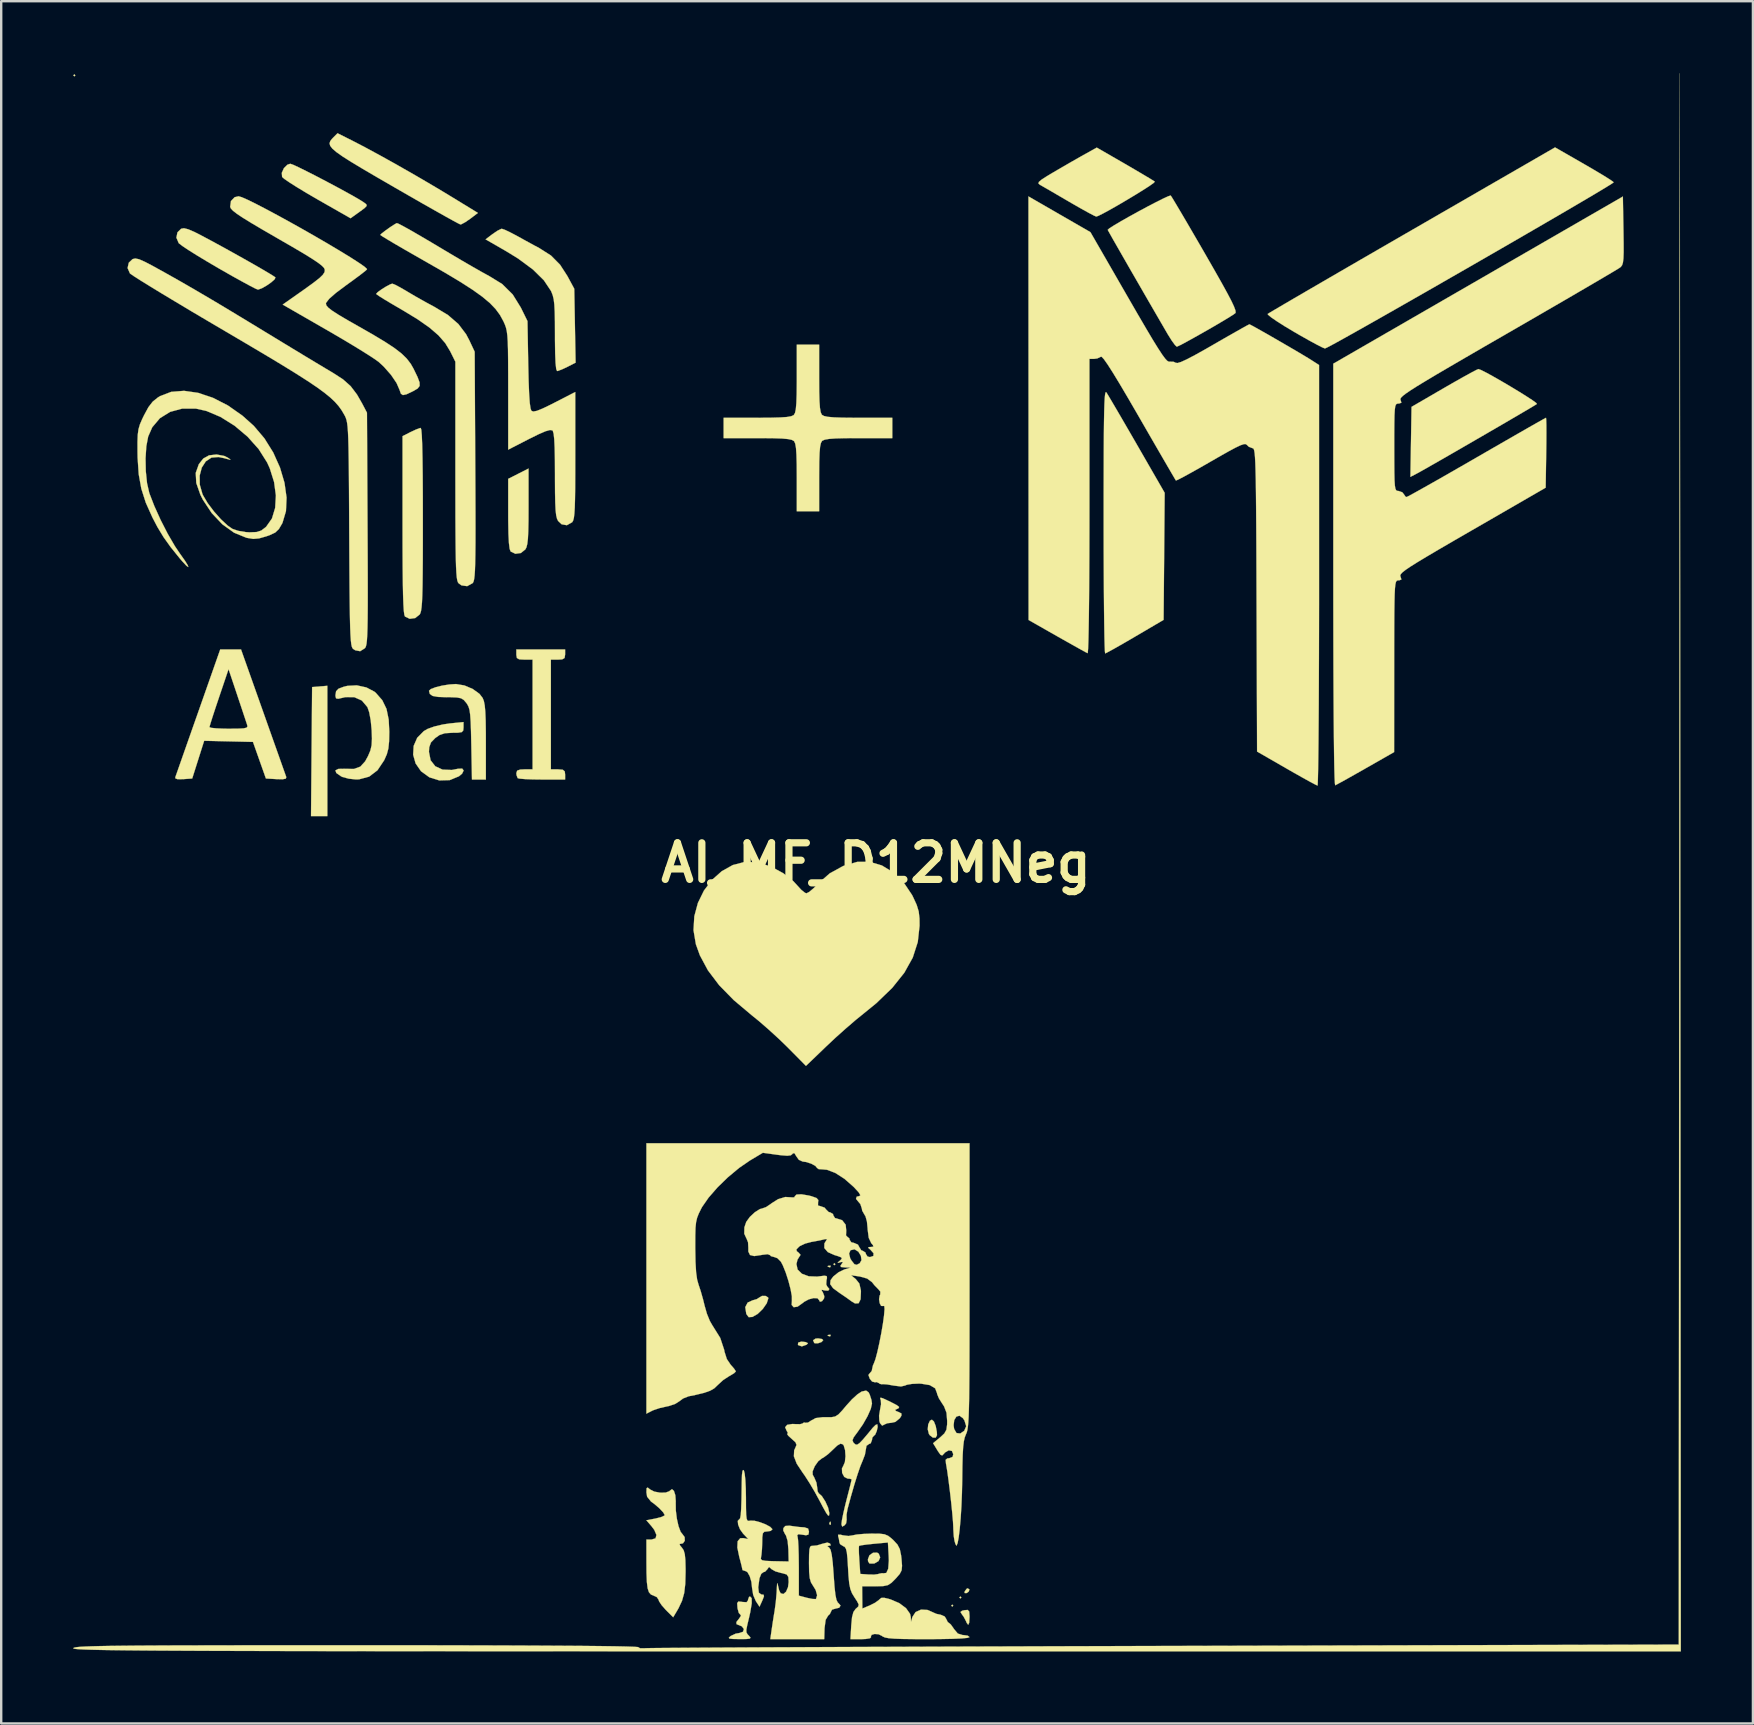
<source format=kicad_pcb>
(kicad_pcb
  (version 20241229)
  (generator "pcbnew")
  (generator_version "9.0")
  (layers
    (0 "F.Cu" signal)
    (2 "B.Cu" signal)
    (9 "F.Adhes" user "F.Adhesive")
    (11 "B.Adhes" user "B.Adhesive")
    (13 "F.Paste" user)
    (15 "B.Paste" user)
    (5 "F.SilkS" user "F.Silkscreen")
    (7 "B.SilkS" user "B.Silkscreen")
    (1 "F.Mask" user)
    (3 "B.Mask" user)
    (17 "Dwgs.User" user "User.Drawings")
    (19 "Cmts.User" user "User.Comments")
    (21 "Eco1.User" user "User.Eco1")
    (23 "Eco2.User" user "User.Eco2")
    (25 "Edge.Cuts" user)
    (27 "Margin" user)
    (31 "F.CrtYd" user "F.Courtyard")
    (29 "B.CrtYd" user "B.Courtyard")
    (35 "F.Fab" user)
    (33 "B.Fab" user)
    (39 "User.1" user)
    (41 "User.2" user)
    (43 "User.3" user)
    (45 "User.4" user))
  (footprint "AI_MF_D12MNeg"
    (layer "F.Cu")
    (at 33.448 32.898)
    (property "Reference" "AI_MF_D12MNeg" (at 0 0 0) (layer "F.SilkS") (effects (font (size 1.524 1.524) (thickness 0.3))))
    (attr through_hole)
    (fp_poly (pts (xy -33.359 -32.808) (xy -33.401 -32.766) (xy -33.443 -32.808) (xy -33.401 -32.851) (xy -33.359 -32.808)) (stroke (width 0.01) (type solid)) (fill yes) (layer "F.SilkS"))
    (fp_poly (pts (xy -1.693 16.722) (xy -1.736 16.764) (xy -1.778 16.722) (xy -1.736 16.679) (xy -1.693 16.722)) (stroke (width 0.01) (type solid)) (fill yes) (layer "F.SilkS"))
    (fp_poly (pts (xy 3.217 30.946) (xy 3.175 30.988) (xy 3.133 30.946) (xy 3.175 30.903) (xy 3.217 30.946)) (stroke (width 0.01) (type solid)) (fill yes) (layer "F.SilkS"))
    (fp_poly (pts (xy 3.556 30.607) (xy 3.514 30.649) (xy 3.471 30.607) (xy 3.514 30.565) (xy 3.556 30.607)) (stroke (width 0.01) (type solid)) (fill yes) (layer "F.SilkS"))
    (fp_poly (pts (xy -22.86 -1.947) (xy -23.54 -1.947) (xy -23.517 -4.636) (xy -23.495 -7.324) (xy -22.86 -7.376) (xy -22.86 -1.947)) (stroke (width 0.01) (type solid)) (fill yes) (layer "F.SilkS"))
    (fp_poly (pts (xy -1.891 16.792) (xy -1.903 16.843) (xy -1.947 16.849) (xy -2.017 16.818) (xy -2.004 16.792) (xy -1.903 16.782) (xy -1.891 16.792)) (stroke (width 0.01) (type solid)) (fill yes) (layer "F.SilkS"))
    (fp_poly (pts (xy -1.891 19.671) (xy -1.903 19.721) (xy -1.947 19.727) (xy -2.017 19.696) (xy -2.004 19.671) (xy -1.903 19.661) (xy -1.891 19.671)) (stroke (width 0.01) (type solid)) (fill yes) (layer "F.SilkS"))
    (fp_poly (pts (xy -1.891 27.46) (xy -1.881 27.561) (xy -1.891 27.573) (xy -1.941 27.561) (xy -1.947 27.517) (xy -1.916 27.447) (xy -1.891 27.46)) (stroke (width 0.01) (type solid)) (fill yes) (layer "F.SilkS"))
    (fp_poly (pts (xy 3.892 30.272) (xy 3.859 30.365) (xy 3.772 30.424) (xy 3.686 30.421) (xy 3.696 30.349) (xy 3.78 30.239) (xy 3.819 30.226) (xy 3.892 30.272)) (stroke (width 0.01) (type solid)) (fill yes) (layer "F.SilkS"))
    (fp_poly (pts (xy -2.935 19.965) (xy -2.835 20.012) (xy -2.893 20.076) (xy -3.091 20.146) (xy -3.239 20.095) (xy -3.255 20.073) (xy -3.243 19.988) (xy -3.115 19.947) (xy -2.935 19.965)) (stroke (width 0.01) (type solid)) (fill yes) (layer "F.SilkS"))
    (fp_poly (pts (xy -2.254 19.838) (xy -2.201 19.887) (xy -2.271 19.964) (xy -2.418 20.016) (xy -2.553 20.015) (xy -2.577 20) (xy -2.623 19.889) (xy -2.52 19.822) (xy -2.413 19.812) (xy -2.254 19.838)) (stroke (width 0.01) (type solid)) (fill yes) (layer "F.SilkS"))
    (fp_poly (pts (xy 0.112 28.78) (xy 0.173 28.935) (xy 0.105 29.089) (xy -0.063 29.187) (xy -0.107 29.194) (xy -0.275 29.191) (xy -0.334 29.097) (xy -0.339 29.014) (xy -0.274 28.847) (xy -0.125 28.743) (xy 0.043 28.737) (xy 0.112 28.78)) (stroke (width 0.01) (type solid)) (fill yes) (layer "F.SilkS"))
    (fp_poly (pts (xy 2.411 23.274) (xy 2.486 23.463) (xy 2.533 23.709) (xy 2.54 23.844) (xy 2.487 23.946) (xy 2.366 23.945) (xy 2.238 23.847) (xy 2.202 23.793) (xy 2.154 23.603) (xy 2.173 23.397) (xy 2.245 23.242) (xy 2.327 23.199) (xy 2.411 23.274)) (stroke (width 0.01) (type solid)) (fill yes) (layer "F.SilkS"))
    (fp_poly (pts (xy 3.88 31.19) (xy 3.894 31.374) (xy 3.895 31.423) (xy 3.88 31.661) (xy 3.839 31.744) (xy 3.777 31.665) (xy 3.752 31.602) (xy 3.652 31.411) (xy 3.582 31.316) (xy 3.517 31.212) (xy 3.585 31.159) (xy 3.679 31.137) (xy 3.819 31.125) (xy 3.88 31.19)) (stroke (width 0.01) (type solid)) (fill yes) (layer "F.SilkS"))
    (fp_poly (pts (xy -4.6 18.044) (xy -4.497 18.107) (xy -4.487 18.142) (xy -4.553 18.349) (xy -4.717 18.585) (xy -4.931 18.793) (xy -5.148 18.918) (xy -5.306 18.928) (xy -5.4 18.802) (xy -5.407 18.784) (xy -5.449 18.51) (xy -5.348 18.319) (xy -5.152 18.23) (xy -4.961 18.172) (xy -4.862 18.108) (xy -4.75 18.042) (xy -4.6 18.044)) (stroke (width 0.01) (type solid)) (fill yes) (layer "F.SilkS"))
    (fp_poly (pts (xy -14.478 -14.837) (xy -14.48 -14.255) (xy -14.489 -13.818) (xy -14.504 -13.503) (xy -14.53 -13.285) (xy -14.566 -13.142) (xy -14.61 -13.058) (xy -14.797 -12.908) (xy -15.026 -12.876) (xy -15.223 -12.971) (xy -15.265 -13.081) (xy -15.295 -13.323) (xy -15.315 -13.707) (xy -15.324 -14.245) (xy -15.325 -14.536) (xy -15.325 -15.999) (xy -14.901 -16.214) (xy -14.478 -16.428) (xy -14.478 -14.837)) (stroke (width 0.01) (type solid)) (fill yes) (layer "F.SilkS"))
    (fp_poly (pts (xy -24.292 -29.087) (xy -24.062 -28.981) (xy -23.74 -28.822) (xy -23.356 -28.627) (xy -22.937 -28.408) (xy -22.511 -28.182) (xy -22.108 -27.963) (xy -21.754 -27.766) (xy -21.48 -27.606) (xy -21.338 -27.515) (xy -21.236 -27.437) (xy -21.221 -27.37) (xy -21.31 -27.277) (xy -21.519 -27.123) (xy -21.522 -27.121) (xy -21.893 -26.855) (xy -23.281 -27.647) (xy -23.722 -27.904) (xy -24.114 -28.141) (xy -24.431 -28.342) (xy -24.65 -28.492) (xy -24.745 -28.575) (xy -24.745 -28.576) (xy -24.758 -28.748) (xy -24.67 -28.942) (xy -24.521 -29.088) (xy -24.403 -29.125) (xy -24.292 -29.087)) (stroke (width 0.01) (type solid)) (fill yes) (layer "F.SilkS"))
    (fp_poly (pts (xy 0.292 22.312) (xy 0.501 22.409) (xy 0.635 22.474) (xy 0.867 22.595) (xy 0.962 22.671) (xy 0.939 22.722) (xy 0.897 22.742) (xy 0.791 22.793) (xy 0.832 22.838) (xy 0.927 22.875) (xy 1.058 22.941) (xy 1.058 23.031) (xy 0.993 23.136) (xy 0.804 23.292) (xy 0.652 23.326) (xy 0.465 23.349) (xy 0.374 23.389) (xy 0.254 23.448) (xy 0.166 23.344) (xy 0.138 23.255) (xy 0.126 23.033) (xy 0.167 22.784) (xy 0.208 22.56) (xy 0.2 22.394) (xy 0.198 22.389) (xy 0.171 22.308) (xy 0.193 22.281) (xy 0.292 22.312)) (stroke (width 0.01) (type solid)) (fill yes) (layer "F.SilkS"))
    (fp_poly (pts (xy -12.954 -8.678) (xy -12.976 -8.535) (xy -13.076 -8.477) (xy -13.25 -8.467) (xy -13.547 -8.467) (xy -13.547 -3.895) (xy -13.25 -3.895) (xy -13.05 -3.879) (xy -12.968 -3.808) (xy -12.954 -3.683) (xy -12.954 -3.471) (xy -13.914 -3.471) (xy -14.301 -3.476) (xy -14.624 -3.489) (xy -14.846 -3.508) (xy -14.93 -3.528) (xy -14.978 -3.652) (xy -14.986 -3.739) (xy -14.952 -3.842) (xy -14.822 -3.887) (xy -14.647 -3.895) (xy -14.309 -3.895) (xy -14.309 -8.467) (xy -14.647 -8.467) (xy -14.866 -8.478) (xy -14.963 -8.533) (xy -14.986 -8.66) (xy -14.986 -8.678) (xy -14.986 -8.89) (xy -12.954 -8.89) (xy -12.954 -8.678)) (stroke (width 0.01) (type solid)) (fill yes) (layer "F.SilkS"))
    (fp_poly (pts (xy -21.822 -30.089) (xy -21.285 -29.81) (xy -20.643 -29.462) (xy -19.935 -29.067) (xy -19.198 -28.646) (xy -18.472 -28.221) (xy -17.793 -27.814) (xy -17.755 -27.791) (xy -16.587 -27.077) (xy -16.908 -26.833) (xy -17.115 -26.691) (xy -17.272 -26.607) (xy -17.314 -26.596) (xy -17.405 -26.639) (xy -17.625 -26.757) (xy -17.957 -26.941) (xy -18.385 -27.182) (xy -18.892 -27.469) (xy -19.46 -27.795) (xy -20.066 -28.144) (xy -20.797 -28.567) (xy -21.392 -28.916) (xy -21.864 -29.2) (xy -22.223 -29.428) (xy -22.482 -29.611) (xy -22.651 -29.756) (xy -22.742 -29.875) (xy -22.768 -29.976) (xy -22.739 -30.069) (xy -22.667 -30.163) (xy -22.61 -30.222) (xy -22.435 -30.397) (xy -21.822 -30.089)) (stroke (width 0.01) (type solid)) (fill yes) (layer "F.SilkS"))
    (fp_poly (pts (xy 25.204 -20.533) (xy 25.419 -20.425) (xy 25.712 -20.264) (xy 26.053 -20.069) (xy 26.416 -19.856) (xy 26.77 -19.642) (xy 27.087 -19.444) (xy 27.339 -19.28) (xy 27.496 -19.166) (xy 27.534 -19.12) (xy 27.451 -19.066) (xy 27.241 -18.94) (xy 26.925 -18.754) (xy 26.526 -18.52) (xy 26.063 -18.25) (xy 25.557 -17.956) (xy 25.029 -17.65) (xy 24.5 -17.344) (xy 23.991 -17.05) (xy 23.523 -16.781) (xy 23.116 -16.549) (xy 22.792 -16.364) (xy 22.57 -16.241) (xy 22.498 -16.202) (xy 22.263 -16.08) (xy 22.31 -18.997) (xy 23.664 -19.784) (xy 24.097 -20.033) (xy 24.482 -20.25) (xy 24.792 -20.421) (xy 25.006 -20.533) (xy 25.096 -20.572) (xy 25.204 -20.533)) (stroke (width 0.01) (type solid)) (fill yes) (layer "F.SilkS"))
    (fp_poly (pts (xy -18.945 -18.041) (xy -18.925 -17.808) (xy -18.908 -17.416) (xy -18.896 -16.863) (xy -18.887 -16.147) (xy -18.882 -15.266) (xy -18.881 -14.328) (xy -18.881 -13.413) (xy -18.883 -12.652) (xy -18.888 -12.031) (xy -18.894 -11.535) (xy -18.904 -11.149) (xy -18.917 -10.858) (xy -18.935 -10.646) (xy -18.956 -10.5) (xy -18.983 -10.404) (xy -19.012 -10.348) (xy -19.2 -10.198) (xy -19.428 -10.167) (xy -19.626 -10.262) (xy -19.652 -10.333) (xy -19.674 -10.499) (xy -19.691 -10.769) (xy -19.705 -11.155) (xy -19.715 -11.666) (xy -19.722 -12.315) (xy -19.726 -13.111) (xy -19.727 -14.066) (xy -19.727 -17.777) (xy -19.392 -17.948) (xy -19.168 -18.052) (xy -19.003 -18.113) (xy -18.969 -18.119) (xy -18.945 -18.041)) (stroke (width 0.01) (type solid)) (fill yes) (layer "F.SilkS"))
    (fp_poly (pts (xy -28.651 -26.394) (xy -28.374 -26.273) (xy -28.137 -26.152) (xy -27.726 -25.933) (xy -27.275 -25.688) (xy -26.807 -25.429) (xy -26.347 -25.172) (xy -25.92 -24.93) (xy -25.549 -24.716) (xy -25.259 -24.544) (xy -25.075 -24.429) (xy -25.021 -24.387) (xy -25.059 -24.307) (xy -25.199 -24.184) (xy -25.391 -24.05) (xy -25.586 -23.939) (xy -25.736 -23.885) (xy -25.758 -23.884) (xy -25.861 -23.927) (xy -26.087 -24.043) (xy -26.411 -24.219) (xy -26.812 -24.441) (xy -27.264 -24.699) (xy -27.39 -24.771) (xy -27.857 -25.045) (xy -28.28 -25.3) (xy -28.635 -25.523) (xy -28.896 -25.697) (xy -29.04 -25.807) (xy -29.054 -25.821) (xy -29.15 -26.047) (xy -29.104 -26.27) (xy -28.952 -26.418) (xy -28.833 -26.44) (xy -28.651 -26.394)) (stroke (width 0.01) (type solid)) (fill yes) (layer "F.SilkS"))
    (fp_poly (pts (xy -17.187 -5.642) (xy -17.198 -5.514) (xy -17.259 -5.447) (xy -17.411 -5.422) (xy -17.647 -5.419) (xy -17.961 -5.4) (xy -18.184 -5.327) (xy -18.366 -5.199) (xy -18.543 -5.016) (xy -18.616 -4.813) (xy -18.627 -4.622) (xy -18.558 -4.273) (xy -18.363 -4.024) (xy -18.063 -3.885) (xy -17.675 -3.869) (xy -17.42 -3.919) (xy -17.241 -3.927) (xy -17.181 -3.848) (xy -17.246 -3.715) (xy -17.378 -3.605) (xy -17.766 -3.446) (xy -18.196 -3.434) (xy -18.609 -3.563) (xy -18.957 -3.816) (xy -19.183 -4.141) (xy -19.285 -4.504) (xy -19.264 -4.872) (xy -19.116 -5.211) (xy -18.842 -5.488) (xy -18.682 -5.581) (xy -18.405 -5.68) (xy -18.047 -5.765) (xy -17.759 -5.808) (xy -17.187 -5.865) (xy -17.187 -5.642)) (stroke (width 0.01) (type solid)) (fill yes) (layer "F.SilkS"))
    (fp_poly (pts (xy -17.15 -7.391) (xy -16.803 -7.244) (xy -16.521 -7.04) (xy -16.389 -6.869) (xy -16.339 -6.741) (xy -16.303 -6.559) (xy -16.279 -6.297) (xy -16.264 -5.933) (xy -16.257 -5.439) (xy -16.256 -5.042) (xy -16.256 -3.471) (xy -16.835 -3.471) (xy -16.863 -4.947) (xy -16.875 -5.487) (xy -16.889 -5.886) (xy -16.909 -6.17) (xy -16.937 -6.367) (xy -16.978 -6.505) (xy -17.034 -6.611) (xy -17.07 -6.662) (xy -17.175 -6.785) (xy -17.289 -6.856) (xy -17.461 -6.89) (xy -17.737 -6.9) (xy -17.874 -6.9) (xy -18.243 -6.912) (xy -18.472 -6.953) (xy -18.59 -7.035) (xy -18.625 -7.166) (xy -18.625 -7.168) (xy -18.55 -7.24) (xy -18.352 -7.315) (xy -18.08 -7.383) (xy -17.78 -7.431) (xy -17.501 -7.449) (xy -17.15 -7.391)) (stroke (width 0.01) (type solid)) (fill yes) (layer "F.SilkS"))
    (fp_poly (pts (xy 10.377 -29.118) (xy 10.78 -28.883) (xy 11.131 -28.676) (xy 11.405 -28.513) (xy 11.574 -28.408) (xy 11.615 -28.378) (xy 11.563 -28.323) (xy 11.392 -28.202) (xy 11.13 -28.033) (xy 10.806 -27.832) (xy 10.45 -27.618) (xy 10.088 -27.405) (xy 9.751 -27.213) (xy 9.466 -27.058) (xy 9.263 -26.956) (xy 9.174 -26.925) (xy 9.079 -26.966) (xy 8.866 -27.078) (xy 8.563 -27.246) (xy 8.198 -27.454) (xy 8.043 -27.544) (xy 7.652 -27.772) (xy 7.303 -27.976) (xy 7.026 -28.136) (xy 6.854 -28.235) (xy 6.824 -28.252) (xy 6.766 -28.303) (xy 6.783 -28.367) (xy 6.894 -28.463) (xy 7.12 -28.609) (xy 7.375 -28.761) (xy 7.767 -28.99) (xy 8.183 -29.23) (xy 8.551 -29.439) (xy 8.641 -29.49) (xy 9.196 -29.799) (xy 10.377 -29.118)) (stroke (width 0.01) (type solid)) (fill yes) (layer "F.SilkS"))
    (fp_poly (pts (xy 9.597 -19.598) (xy 9.669 -19.482) (xy 9.812 -19.241) (xy 10.016 -18.894) (xy 10.267 -18.463) (xy 10.553 -17.97) (xy 10.863 -17.434) (xy 10.869 -17.423) (xy 12.025 -15.416) (xy 12.003 -12.769) (xy 11.98 -10.123) (xy 10.795 -9.427) (xy 10.392 -9.192) (xy 10.04 -8.99) (xy 9.764 -8.836) (xy 9.592 -8.745) (xy 9.546 -8.725) (xy 9.535 -8.807) (xy 9.525 -9.044) (xy 9.515 -9.422) (xy 9.507 -9.927) (xy 9.499 -10.546) (xy 9.493 -11.264) (xy 9.488 -12.067) (xy 9.484 -12.941) (xy 9.483 -13.873) (xy 9.483 -14.243) (xy 9.483 -15.36) (xy 9.485 -16.32) (xy 9.487 -17.131) (xy 9.491 -17.806) (xy 9.497 -18.355) (xy 9.505 -18.789) (xy 9.515 -19.118) (xy 9.527 -19.355) (xy 9.542 -19.508) (xy 9.56 -19.591) (xy 9.581 -19.612) (xy 9.597 -19.598)) (stroke (width 0.01) (type solid)) (fill yes) (layer "F.SilkS"))
    (fp_poly (pts (xy -15.471 -26.377) (xy -15.251 -26.273) (xy -14.972 -26.127) (xy -14.92 -26.098) (xy -14.591 -25.916) (xy -14.272 -25.741) (xy -14.031 -25.613) (xy -14.028 -25.611) (xy -13.543 -25.302) (xy -13.166 -24.922) (xy -12.863 -24.454) (xy -12.573 -23.918) (xy -12.545 -22.378) (xy -12.517 -20.838) (xy -12.859 -20.664) (xy -13.085 -20.558) (xy -13.252 -20.496) (xy -13.289 -20.489) (xy -13.325 -20.573) (xy -13.352 -20.822) (xy -13.369 -21.232) (xy -13.377 -21.798) (xy -13.377 -21.987) (xy -13.379 -22.541) (xy -13.387 -22.955) (xy -13.403 -23.258) (xy -13.43 -23.48) (xy -13.471 -23.649) (xy -13.528 -23.795) (xy -13.544 -23.829) (xy -13.838 -24.269) (xy -14.294 -24.719) (xy -14.909 -25.174) (xy -15.393 -25.472) (xy -16.267 -25.976) (xy -15.978 -26.196) (xy -15.777 -26.333) (xy -15.621 -26.41) (xy -15.589 -26.416) (xy -15.471 -26.377)) (stroke (width 0.01) (type solid)) (fill yes) (layer "F.SilkS"))
    (fp_poly (pts (xy -5.182 30.636) (xy -5.179 30.852) (xy -5.24 31.218) (xy -5.293 31.454) (xy -5.367 31.763) (xy -5.403 31.951) (xy -5.4 32.06) (xy -5.358 32.135) (xy -5.286 32.21) (xy -5.229 32.281) (xy -5.259 32.321) (xy -5.404 32.338) (xy -5.688 32.34) (xy -5.972 32.335) (xy -6.112 32.318) (xy -6.133 32.281) (xy -6.061 32.215) (xy -6.059 32.213) (xy -5.845 32.113) (xy -5.699 32.089) (xy -5.543 32.036) (xy -5.506 31.921) (xy -5.592 31.808) (xy -5.673 31.775) (xy -5.813 31.718) (xy -5.818 31.629) (xy -5.702 31.482) (xy -5.627 31.367) (xy -5.65 31.327) (xy -5.718 31.252) (xy -5.768 31.07) (xy -5.773 31.036) (xy -5.785 30.843) (xy -5.737 30.775) (xy -5.592 30.788) (xy -5.57 30.793) (xy -5.395 30.804) (xy -5.336 30.73) (xy -5.334 30.702) (xy -5.291 30.583) (xy -5.249 30.565) (xy -5.182 30.636)) (stroke (width 0.01) (type solid)) (fill yes) (layer "F.SilkS"))
    (fp_poly (pts (xy -21.232 -7.307) (xy -20.893 -7.128) (xy -20.841 -7.083) (xy -20.571 -6.775) (xy -20.396 -6.416) (xy -20.304 -5.968) (xy -20.279 -5.461) (xy -20.288 -5.056) (xy -20.318 -4.763) (xy -20.382 -4.523) (xy -20.489 -4.28) (xy -20.491 -4.276) (xy -20.771 -3.857) (xy -21.119 -3.592) (xy -21.538 -3.479) (xy -21.666 -3.475) (xy -21.962 -3.505) (xy -22.227 -3.576) (xy -22.288 -3.604) (xy -22.487 -3.744) (xy -22.524 -3.851) (xy -22.406 -3.913) (xy -22.141 -3.918) (xy -22.11 -3.915) (xy -21.746 -3.913) (xy -21.487 -4.008) (xy -21.286 -4.228) (xy -21.165 -4.449) (xy -21.068 -4.678) (xy -21.016 -4.9) (xy -21.002 -5.175) (xy -21.014 -5.53) (xy -21.053 -5.935) (xy -21.117 -6.276) (xy -21.19 -6.486) (xy -21.421 -6.761) (xy -21.741 -6.904) (xy -22.12 -6.902) (xy -22.193 -6.884) (xy -22.403 -6.836) (xy -22.497 -6.851) (xy -22.521 -6.946) (xy -22.521 -6.992) (xy -22.496 -7.15) (xy -22.395 -7.255) (xy -22.182 -7.335) (xy -22.025 -7.374) (xy -21.634 -7.395) (xy -21.232 -7.307)) (stroke (width 0.01) (type solid)) (fill yes) (layer "F.SilkS"))
    (fp_poly (pts (xy 12.277 -27.802) (xy 12.335 -27.713) (xy 12.467 -27.495) (xy 12.662 -27.167) (xy 12.91 -26.746) (xy 13.199 -26.25) (xy 13.52 -25.698) (xy 13.713 -25.364) (xy 14.101 -24.688) (xy 14.409 -24.144) (xy 14.643 -23.718) (xy 14.811 -23.397) (xy 14.918 -23.167) (xy 14.973 -23.015) (xy 14.982 -22.928) (xy 14.968 -22.9) (xy 14.853 -22.819) (xy 14.628 -22.679) (xy 14.323 -22.497) (xy 13.969 -22.29) (xy 13.597 -22.077) (xy 13.238 -21.875) (xy 12.923 -21.701) (xy 12.682 -21.573) (xy 12.545 -21.509) (xy 12.529 -21.505) (xy 12.454 -21.574) (xy 12.322 -21.754) (xy 12.16 -22.012) (xy 12.122 -22.077) (xy 11.729 -22.754) (xy 11.344 -23.418) (xy 10.978 -24.053) (xy 10.637 -24.643) (xy 10.333 -25.173) (xy 10.074 -25.625) (xy 9.868 -25.985) (xy 9.727 -26.236) (xy 9.657 -26.362) (xy 9.652 -26.373) (xy 9.722 -26.436) (xy 9.913 -26.558) (xy 10.195 -26.725) (xy 10.539 -26.921) (xy 10.916 -27.129) (xy 11.297 -27.334) (xy 11.652 -27.519) (xy 11.953 -27.67) (xy 12.17 -27.77) (xy 12.273 -27.803) (xy 12.277 -27.802)) (stroke (width 0.01) (type solid)) (fill yes) (layer "F.SilkS"))
    (fp_poly (pts (xy 29.51 -29.106) (xy 29.916 -28.87) (xy 30.265 -28.662) (xy 30.532 -28.496) (xy 30.695 -28.387) (xy 30.732 -28.352) (xy 30.661 -28.3) (xy 30.456 -28.172) (xy 30.131 -27.975) (xy 29.698 -27.718) (xy 29.171 -27.408) (xy 28.563 -27.052) (xy 27.888 -26.659) (xy 27.158 -26.235) (xy 26.388 -25.789) (xy 25.59 -25.329) (xy 24.778 -24.861) (xy 23.964 -24.394) (xy 23.164 -23.934) (xy 22.388 -23.491) (xy 21.652 -23.071) (xy 20.968 -22.682) (xy 20.349 -22.332) (xy 19.809 -22.028) (xy 19.361 -21.778) (xy 19.018 -21.59) (xy 18.795 -21.472) (xy 18.703 -21.43) (xy 18.702 -21.43) (xy 18.592 -21.474) (xy 18.364 -21.59) (xy 18.045 -21.763) (xy 17.664 -21.978) (xy 17.417 -22.121) (xy 17.027 -22.354) (xy 16.7 -22.562) (xy 16.461 -22.727) (xy 16.331 -22.835) (xy 16.316 -22.868) (xy 16.398 -22.919) (xy 16.616 -23.049) (xy 16.958 -23.25) (xy 17.414 -23.517) (xy 17.972 -23.842) (xy 18.622 -24.22) (xy 19.352 -24.644) (xy 20.151 -25.107) (xy 21.008 -25.603) (xy 21.913 -26.126) (xy 22.336 -26.37) (xy 28.289 -29.807) (xy 29.51 -29.106)) (stroke (width 0.01) (type solid)) (fill yes) (layer "F.SilkS"))
    (fp_poly (pts (xy -25.533 -6.287) (xy -25.309 -5.654) (xy -25.102 -5.07) (xy -24.919 -4.555) (xy -24.768 -4.128) (xy -24.655 -3.809) (xy -24.587 -3.618) (xy -24.571 -3.572) (xy -24.589 -3.508) (xy -24.723 -3.482) (xy -24.976 -3.488) (xy -25.42 -3.514) (xy -25.959 -5.038) (xy -26.975 -5.061) (xy -27.992 -5.085) (xy -28.241 -4.299) (xy -28.49 -3.514) (xy -28.861 -3.487) (xy -29.097 -3.483) (xy -29.193 -3.521) (xy -29.193 -3.572) (xy -29.156 -3.676) (xy -29.07 -3.92) (xy -28.942 -4.285) (xy -28.779 -4.75) (xy -28.587 -5.295) (xy -28.462 -5.652) (xy -27.772 -5.652) (xy -27.693 -5.624) (xy -27.481 -5.603) (xy -27.174 -5.59) (xy -26.961 -5.588) (xy -26.586 -5.591) (xy -26.352 -5.603) (xy -26.229 -5.63) (xy -26.189 -5.677) (xy -26.198 -5.736) (xy -26.241 -5.869) (xy -26.327 -6.127) (xy -26.443 -6.477) (xy -26.579 -6.883) (xy -26.61 -6.977) (xy -26.976 -8.069) (xy -27.374 -6.892) (xy -27.515 -6.472) (xy -27.634 -6.109) (xy -27.721 -5.834) (xy -27.767 -5.676) (xy -27.772 -5.652) (xy -28.462 -5.652) (xy -28.374 -5.901) (xy -28.238 -6.287) (xy -27.323 -8.89) (xy -26.456 -8.89) (xy -25.533 -6.287)) (stroke (width 0.01) (type solid)) (fill yes) (layer "F.SilkS"))
    (fp_poly (pts (xy -20.044 -24.089) (xy -19.835 -23.979) (xy -19.569 -23.825) (xy -19.538 -23.806) (xy -19.182 -23.596) (xy -18.767 -23.362) (xy -18.399 -23.163) (xy -17.83 -22.82) (xy -17.4 -22.448) (xy -17.078 -22.021) (xy -16.943 -21.765) (xy -16.722 -21.294) (xy -16.697 -16.541) (xy -16.692 -15.515) (xy -16.689 -14.646) (xy -16.688 -13.92) (xy -16.689 -13.324) (xy -16.694 -12.844) (xy -16.701 -12.468) (xy -16.711 -12.181) (xy -16.725 -11.972) (xy -16.743 -11.826) (xy -16.765 -11.731) (xy -16.791 -11.673) (xy -16.809 -11.651) (xy -17.034 -11.527) (xy -17.271 -11.56) (xy -17.393 -11.648) (xy -17.422 -11.692) (xy -17.447 -11.77) (xy -17.468 -11.896) (xy -17.484 -12.083) (xy -17.498 -12.343) (xy -17.508 -12.692) (xy -17.515 -13.141) (xy -17.52 -13.705) (xy -17.524 -14.396) (xy -17.525 -15.229) (xy -17.526 -16.216) (xy -17.526 -16.33) (xy -17.526 -20.879) (xy -17.744 -21.317) (xy -17.95 -21.655) (xy -18.232 -21.978) (xy -18.611 -22.304) (xy -19.107 -22.651) (xy -19.74 -23.035) (xy -19.799 -23.069) (xy -20.169 -23.285) (xy -20.48 -23.471) (xy -20.706 -23.613) (xy -20.819 -23.694) (xy -20.827 -23.704) (xy -20.76 -23.778) (xy -20.601 -23.893) (xy -20.407 -24.014) (xy -20.235 -24.104) (xy -20.153 -24.13) (xy -20.044 -24.089)) (stroke (width 0.01) (type solid)) (fill yes) (layer "F.SilkS"))
    (fp_poly (pts (xy -2.371 -20.187) (xy -2.368 -19.637) (xy -2.357 -19.234) (xy -2.337 -18.955) (xy -2.306 -18.777) (xy -2.263 -18.678) (xy -2.25 -18.663) (xy -2.166 -18.616) (xy -2.01 -18.582) (xy -1.759 -18.56) (xy -1.389 -18.547) (xy -0.878 -18.542) (xy -0.726 -18.542) (xy 0.677 -18.542) (xy 0.677 -17.695) (xy -0.726 -17.695) (xy -1.275 -17.692) (xy -1.678 -17.682) (xy -1.957 -17.662) (xy -2.135 -17.631) (xy -2.235 -17.587) (xy -2.25 -17.574) (xy -2.297 -17.491) (xy -2.331 -17.335) (xy -2.353 -17.083) (xy -2.366 -16.713) (xy -2.37 -16.202) (xy -2.371 -16.05) (xy -2.371 -14.647) (xy -3.302 -14.647) (xy -3.302 -16.05) (xy -3.305 -16.6) (xy -3.316 -17.003) (xy -3.335 -17.282) (xy -3.366 -17.46) (xy -3.41 -17.559) (xy -3.423 -17.574) (xy -3.506 -17.621) (xy -3.662 -17.655) (xy -3.914 -17.678) (xy -4.284 -17.69) (xy -4.795 -17.695) (xy -4.947 -17.695) (xy -6.35 -17.695) (xy -6.35 -18.542) (xy -4.947 -18.542) (xy -4.397 -18.545) (xy -3.994 -18.556) (xy -3.715 -18.575) (xy -3.537 -18.606) (xy -3.438 -18.65) (xy -3.423 -18.663) (xy -3.376 -18.746) (xy -3.342 -18.902) (xy -3.32 -19.154) (xy -3.307 -19.524) (xy -3.302 -20.035) (xy -3.302 -20.187) (xy -3.302 -21.59) (xy -2.371 -21.59) (xy -2.371 -20.187)) (stroke (width 0.01) (type solid)) (fill yes) (layer "F.SilkS"))
    (fp_poly (pts (xy 0.243 0.109) (xy 0.723 0.399) (xy 1.15 0.815) (xy 1.501 1.34) (xy 1.542 1.421) (xy 1.694 1.753) (xy 1.777 2.025) (xy 1.81 2.317) (xy 1.813 2.623) (xy 1.739 3.298) (xy 1.53 3.947) (xy 1.177 4.58) (xy 0.675 5.208) (xy 0.017 5.843) (xy -0.498 6.263) (xy -0.844 6.543) (xy -1.256 6.898) (xy -1.683 7.28) (xy -2.065 7.638) (xy -2.372 7.934) (xy -2.63 8.182) (xy -2.818 8.362) (xy -2.913 8.453) (xy -2.921 8.459) (xy -2.977 8.401) (xy -3.13 8.246) (xy -3.358 8.015) (xy -3.638 7.733) (xy -3.683 7.687) (xy -4.062 7.321) (xy -4.487 6.933) (xy -4.9 6.576) (xy -5.165 6.361) (xy -5.928 5.719) (xy -6.536 5.098) (xy -7.003 4.481) (xy -7.339 3.855) (xy -7.506 3.393) (xy -7.605 2.807) (xy -7.571 2.225) (xy -7.421 1.668) (xy -7.17 1.156) (xy -6.833 0.709) (xy -6.426 0.347) (xy -5.966 0.091) (xy -5.467 -0.039) (xy -4.946 -0.023) (xy -4.875 -0.009) (xy -4.359 0.165) (xy -3.861 0.435) (xy -3.443 0.766) (xy -3.293 0.93) (xy -3.114 1.125) (xy -2.959 1.248) (xy -2.899 1.27) (xy -2.783 1.211) (xy -2.6 1.056) (xy -2.401 0.851) (xy -1.93 0.439) (xy -1.369 0.131) (xy -0.786 -0.04) (xy -0.268 -0.042) (xy 0.243 0.109)) (stroke (width 0.01) (type solid)) (fill yes) (layer "F.SilkS"))
    (fp_poly (pts (xy -9.412 26.107) (xy -9.237 26.196) (xy -9 26.24) (xy -8.768 26.237) (xy -8.611 26.18) (xy -8.591 26.158) (xy -8.501 26.094) (xy -8.42 26.167) (xy -8.362 26.346) (xy -8.344 26.599) (xy -8.346 26.649) (xy -8.342 26.977) (xy -8.299 27.323) (xy -8.229 27.637) (xy -8.141 27.871) (xy -8.067 27.965) (xy -7.974 28.091) (xy -7.968 28.244) (xy -8.043 28.35) (xy -8.099 28.363) (xy -8.187 28.377) (xy -8.16 28.446) (xy -8.087 28.532) (xy -8.014 28.642) (xy -7.968 28.802) (xy -7.944 29.048) (xy -7.935 29.417) (xy -7.935 29.544) (xy -7.948 30.041) (xy -7.993 30.423) (xy -8.083 30.744) (xy -8.23 31.056) (xy -8.307 31.189) (xy -8.452 31.432) (xy -8.756 31.128) (xy -8.931 30.93) (xy -9.041 30.764) (xy -9.059 30.704) (xy -9.131 30.593) (xy -9.261 30.532) (xy -9.378 30.484) (xy -9.461 30.39) (xy -9.516 30.225) (xy -9.548 29.963) (xy -9.563 29.579) (xy -9.566 29.146) (xy -9.567 28.194) (xy -9.356 28.194) (xy -9.187 28.143) (xy -9.149 28.002) (xy -9.24 27.789) (xy -9.356 27.636) (xy -9.569 27.39) (xy -9.187 27.317) (xy -8.96 27.26) (xy -8.824 27.198) (xy -8.805 27.172) (xy -8.868 27.06) (xy -9.026 26.892) (xy -9.239 26.709) (xy -9.377 26.609) (xy -9.538 26.408) (xy -9.567 26.224) (xy -9.559 26.052) (xy -9.513 26.026) (xy -9.412 26.107)) (stroke (width 0.01) (type solid)) (fill yes) (layer "F.SilkS"))
    (fp_poly (pts (xy -26.422 -27.731) (xy -26.168 -27.619) (xy -25.816 -27.445) (xy -25.387 -27.222) (xy -24.901 -26.961) (xy -24.377 -26.673) (xy -23.835 -26.369) (xy -23.295 -26.06) (xy -22.777 -25.758) (xy -22.301 -25.474) (xy -21.887 -25.22) (xy -21.554 -25.006) (xy -21.322 -24.845) (xy -21.212 -24.746) (xy -21.207 -24.727) (xy -21.29 -24.651) (xy -21.482 -24.501) (xy -21.756 -24.297) (xy -22.079 -24.063) (xy -22.506 -23.743) (xy -22.783 -23.5) (xy -22.911 -23.334) (xy -22.92 -23.298) (xy -22.899 -23.221) (xy -22.814 -23.124) (xy -22.648 -22.997) (xy -22.382 -22.826) (xy -21.999 -22.6) (xy -21.534 -22.336) (xy -20.914 -21.981) (xy -20.425 -21.685) (xy -20.048 -21.435) (xy -19.763 -21.214) (xy -19.551 -21.006) (xy -19.39 -20.797) (xy -19.269 -20.586) (xy -19.104 -20.245) (xy -19.019 -20.019) (xy -19.015 -19.871) (xy -19.094 -19.765) (xy -19.257 -19.667) (xy -19.296 -19.647) (xy -19.558 -19.522) (xy -19.712 -19.488) (xy -19.797 -19.546) (xy -19.851 -19.702) (xy -19.851 -19.703) (xy -19.978 -19.993) (xy -20.208 -20.331) (xy -20.506 -20.67) (xy -20.715 -20.864) (xy -20.879 -20.983) (xy -21.165 -21.17) (xy -21.55 -21.41) (xy -22.008 -21.688) (xy -22.515 -21.987) (xy -22.88 -22.199) (xy -24.72 -23.258) (xy -23.831 -23.884) (xy -23.455 -24.155) (xy -23.2 -24.354) (xy -23.048 -24.5) (xy -22.976 -24.612) (xy -22.965 -24.707) (xy -22.996 -24.782) (xy -23.086 -24.877) (xy -23.248 -25.003) (xy -23.498 -25.17) (xy -23.851 -25.388) (xy -24.323 -25.666) (xy -24.928 -26.015) (xy -24.934 -26.019) (xy -25.544 -26.371) (xy -26.02 -26.653) (xy -26.377 -26.873) (xy -26.63 -27.042) (xy -26.793 -27.169) (xy -26.882 -27.265) (xy -26.909 -27.331) (xy -26.876 -27.573) (xy -26.723 -27.732) (xy -26.559 -27.771) (xy -26.422 -27.731)) (stroke (width 0.01) (type solid)) (fill yes) (layer "F.SilkS"))
    (fp_poly (pts (xy -30.701 -25.146) (xy -30.46 -25.04) (xy -30.16 -24.883) (xy -29.574 -24.559) (xy -28.98 -24.224) (xy -28.355 -23.863) (xy -27.673 -23.462) (xy -26.911 -23.006) (xy -26.045 -22.482) (xy -25.485 -22.141) (xy -24.895 -21.782) (xy -24.322 -21.434) (xy -23.79 -21.112) (xy -23.322 -20.83) (xy -22.944 -20.603) (xy -22.68 -20.446) (xy -22.63 -20.417) (xy -22.207 -20.143) (xy -21.889 -19.86) (xy -21.625 -19.512) (xy -21.409 -19.135) (xy -21.209 -18.754) (xy -21.185 -13.916) (xy -21.18 -12.881) (xy -21.177 -12.002) (xy -21.176 -11.267) (xy -21.177 -10.662) (xy -21.181 -10.173) (xy -21.188 -9.789) (xy -21.198 -9.495) (xy -21.211 -9.279) (xy -21.228 -9.128) (xy -21.25 -9.029) (xy -21.276 -8.968) (xy -21.296 -8.942) (xy -21.493 -8.817) (xy -21.697 -8.855) (xy -21.784 -8.911) (xy -21.815 -8.946) (xy -21.841 -9.008) (xy -21.863 -9.112) (xy -21.881 -9.271) (xy -21.896 -9.498) (xy -21.909 -9.806) (xy -21.919 -10.209) (xy -21.927 -10.72) (xy -21.934 -11.352) (xy -21.94 -12.119) (xy -21.945 -13.033) (xy -21.948 -13.674) (xy -21.953 -14.68) (xy -21.958 -15.53) (xy -21.963 -16.24) (xy -21.97 -16.823) (xy -21.978 -17.293) (xy -21.988 -17.664) (xy -22.001 -17.952) (xy -22.017 -18.169) (xy -22.037 -18.329) (xy -22.062 -18.448) (xy -22.092 -18.54) (xy -22.127 -18.617) (xy -22.155 -18.669) (xy -22.262 -18.851) (xy -22.386 -19.025) (xy -22.541 -19.201) (xy -22.736 -19.386) (xy -22.985 -19.589) (xy -23.3 -19.819) (xy -23.692 -20.082) (xy -24.173 -20.389) (xy -24.754 -20.747) (xy -25.449 -21.165) (xy -26.269 -21.651) (xy -27.093 -22.136) (xy -27.834 -22.572) (xy -28.534 -22.986) (xy -29.177 -23.371) (xy -29.751 -23.716) (xy -30.241 -24.015) (xy -30.632 -24.257) (xy -30.911 -24.435) (xy -31.064 -24.539) (xy -31.086 -24.559) (xy -31.183 -24.781) (xy -31.132 -25.004) (xy -30.975 -25.153) (xy -30.862 -25.18) (xy -30.701 -25.146)) (stroke (width 0.01) (type solid)) (fill yes) (layer "F.SilkS"))
    (fp_poly (pts (xy 33.528 32.851) (xy 0.042 32.851) (xy -2.814 32.851) (xy -5.506 32.85) (xy -8.038 32.85) (xy -10.415 32.85) (xy -12.642 32.849) (xy -14.723 32.848) (xy -16.664 32.847) (xy -18.468 32.846) (xy -20.142 32.845) (xy -21.689 32.843) (xy -23.115 32.841) (xy -24.423 32.839) (xy -25.62 32.836) (xy -26.709 32.833) (xy -27.696 32.83) (xy -28.585 32.826) (xy -29.381 32.822) (xy -30.089 32.818) (xy -30.714 32.813) (xy -31.26 32.808) (xy -31.732 32.802) (xy -32.134 32.796) (xy -32.473 32.789) (xy -32.752 32.782) (xy -32.976 32.774) (xy -33.15 32.766) (xy -33.279 32.757) (xy -33.368 32.748) (xy -33.42 32.738) (xy -33.442 32.727) (xy -33.443 32.724) (xy -33.429 32.706) (xy -33.382 32.69) (xy -33.292 32.675) (xy -33.153 32.662) (xy -32.957 32.651) (xy -32.694 32.641) (xy -32.358 32.632) (xy -31.94 32.624) (xy -31.432 32.618) (xy -30.827 32.612) (xy -30.115 32.608) (xy -29.29 32.604) (xy -28.343 32.602) (xy -27.265 32.6) (xy -26.05 32.598) (xy -24.689 32.597) (xy -23.173 32.597) (xy -21.675 32.597) (xy -19.951 32.597) (xy -18.348 32.599) (xy -16.871 32.602) (xy -15.524 32.606) (xy -14.311 32.611) (xy -13.236 32.617) (xy -12.303 32.623) (xy -11.517 32.631) (xy -10.882 32.64) (xy -10.402 32.65) (xy -10.081 32.661) (xy -9.923 32.672) (xy -9.906 32.677) (xy -9.833 32.722) (xy -9.655 32.724) (xy -9.631 32.721) (xy -9.523 32.717) (xy -9.253 32.713) (xy -8.828 32.709) (xy -8.255 32.705) (xy -7.542 32.7) (xy -6.696 32.695) (xy -5.724 32.69) (xy -4.634 32.684) (xy -3.433 32.679) (xy -2.127 32.673) (xy -0.724 32.667) (xy 0.768 32.662) (xy 2.342 32.656) (xy 3.992 32.65) (xy 5.709 32.645) (xy 7.486 32.639) (xy 9.317 32.634) (xy 11.195 32.628) (xy 12.044 32.626) (xy 33.443 32.569) (xy 33.465 -0.162) (xy 33.486 -32.893) (xy 33.528 32.851)) (stroke (width 0.01) (type solid)) (fill yes) (layer "F.SilkS"))
    (fp_poly (pts (xy -19.88 -26.62) (xy -19.67 -26.509) (xy -19.358 -26.335) (xy -18.965 -26.107) (xy -18.511 -25.84) (xy -18.23 -25.672) (xy -17.724 -25.37) (xy -17.243 -25.086) (xy -16.812 -24.836) (xy -16.46 -24.635) (xy -16.213 -24.499) (xy -16.145 -24.464) (xy -15.577 -24.115) (xy -15.136 -23.678) (xy -14.8 -23.135) (xy -14.522 -22.57) (xy -14.49 -20.752) (xy -14.474 -20.063) (xy -14.453 -19.535) (xy -14.427 -19.159) (xy -14.393 -18.927) (xy -14.357 -18.832) (xy -14.277 -18.803) (xy -14.13 -18.832) (xy -13.894 -18.927) (xy -13.543 -19.096) (xy -13.393 -19.173) (xy -12.531 -19.616) (xy -12.531 -16.968) (xy -12.532 -16.216) (xy -12.535 -15.616) (xy -12.542 -15.149) (xy -12.552 -14.798) (xy -12.568 -14.546) (xy -12.589 -14.373) (xy -12.618 -14.264) (xy -12.653 -14.199) (xy -12.664 -14.188) (xy -12.881 -14.066) (xy -13.1 -14.105) (xy -13.246 -14.243) (xy -13.291 -14.335) (xy -13.326 -14.477) (xy -13.35 -14.691) (xy -13.365 -15.001) (xy -13.374 -15.429) (xy -13.377 -15.998) (xy -13.377 -16.18) (xy -13.38 -16.817) (xy -13.39 -17.301) (xy -13.407 -17.648) (xy -13.432 -17.874) (xy -13.466 -17.994) (xy -13.484 -18.017) (xy -13.583 -18.033) (xy -13.774 -17.98) (xy -14.076 -17.849) (xy -14.457 -17.66) (xy -15.325 -17.214) (xy -15.325 -19.677) (xy -15.326 -20.389) (xy -15.329 -20.953) (xy -15.334 -21.39) (xy -15.344 -21.722) (xy -15.361 -21.969) (xy -15.385 -22.155) (xy -15.418 -22.299) (xy -15.462 -22.423) (xy -15.518 -22.549) (xy -15.525 -22.564) (xy -15.667 -22.824) (xy -15.851 -23.074) (xy -16.091 -23.324) (xy -16.405 -23.587) (xy -16.808 -23.875) (xy -17.316 -24.202) (xy -17.946 -24.58) (xy -18.645 -24.981) (xy -19.172 -25.282) (xy -19.648 -25.555) (xy -20.053 -25.791) (xy -20.368 -25.978) (xy -20.575 -26.105) (xy -20.655 -26.161) (xy -20.655 -26.162) (xy -20.593 -26.225) (xy -20.44 -26.343) (xy -20.248 -26.48) (xy -20.066 -26.598) (xy -19.966 -26.654) (xy -19.88 -26.62)) (stroke (width 0.01) (type solid)) (fill yes) (layer "F.SilkS"))
    (fp_poly (pts (xy -28.242 -19.581) (xy -27.627 -19.375) (xy -27.005 -19.057) (xy -26.398 -18.631) (xy -25.924 -18.206) (xy -25.481 -17.684) (xy -25.114 -17.095) (xy -24.833 -16.468) (xy -24.645 -15.833) (xy -24.559 -15.218) (xy -24.584 -14.653) (xy -24.728 -14.168) (xy -24.744 -14.136) (xy -24.879 -13.906) (xy -25.031 -13.761) (xy -25.263 -13.652) (xy -25.397 -13.605) (xy -25.706 -13.517) (xy -25.945 -13.496) (xy -26.199 -13.537) (xy -26.24 -13.547) (xy -26.746 -13.754) (xy -27.234 -14.104) (xy -27.676 -14.571) (xy -28.045 -15.127) (xy -28.15 -15.336) (xy -28.321 -15.825) (xy -28.343 -16.246) (xy -28.214 -16.61) (xy -28.028 -16.845) (xy -27.79 -16.977) (xy -27.477 -17.013) (xy -27.156 -16.953) (xy -27.009 -16.882) (xy -26.893 -16.802) (xy -26.927 -16.796) (xy -26.966 -16.808) (xy -27.176 -16.863) (xy -27.396 -16.907) (xy -27.688 -16.883) (xy -27.924 -16.726) (xy -28.092 -16.466) (xy -28.179 -16.134) (xy -28.175 -15.758) (xy -28.065 -15.371) (xy -28.037 -15.309) (xy -27.846 -14.987) (xy -27.584 -14.64) (xy -27.292 -14.312) (xy -27.009 -14.049) (xy -26.812 -13.913) (xy -26.568 -13.831) (xy -26.252 -13.779) (xy -26.103 -13.77) (xy -25.813 -13.782) (xy -25.615 -13.843) (xy -25.434 -13.981) (xy -25.406 -14.007) (xy -25.168 -14.346) (xy -25.034 -14.789) (xy -25.004 -15.305) (xy -25.079 -15.864) (xy -25.258 -16.435) (xy -25.37 -16.681) (xy -25.721 -17.237) (xy -26.184 -17.755) (xy -26.725 -18.211) (xy -27.309 -18.577) (xy -27.903 -18.828) (xy -28.338 -18.925) (xy -28.905 -18.925) (xy -29.412 -18.788) (xy -29.836 -18.524) (xy -30.155 -18.147) (xy -30.325 -17.76) (xy -30.402 -17.355) (xy -30.434 -16.853) (xy -30.424 -16.319) (xy -30.372 -15.817) (xy -30.28 -15.415) (xy -30.279 -15.409) (xy -30.071 -14.871) (xy -29.805 -14.284) (xy -29.509 -13.706) (xy -29.21 -13.192) (xy -29.001 -12.882) (xy -28.789 -12.582) (xy -28.673 -12.393) (xy -28.653 -12.322) (xy -28.728 -12.374) (xy -28.899 -12.557) (xy -29.003 -12.678) (xy -29.386 -13.152) (xy -29.685 -13.571) (xy -29.942 -13.996) (xy -30.149 -14.392) (xy -30.425 -15.007) (xy -30.61 -15.586) (xy -30.719 -16.19) (xy -30.765 -16.88) (xy -30.769 -17.104) (xy -30.77 -17.531) (xy -30.759 -17.836) (xy -30.728 -18.066) (xy -30.669 -18.268) (xy -30.574 -18.489) (xy -30.496 -18.649) (xy -30.314 -18.985) (xy -30.138 -19.213) (xy -29.926 -19.385) (xy -29.827 -19.446) (xy -29.364 -19.623) (xy -28.828 -19.665) (xy -28.242 -19.581)) (stroke (width 0.01) (type solid)) (fill yes) (layer "F.SilkS"))
    (fp_poly (pts (xy 7.641 -27.02) (xy 8.932 -26.276) (xy 10.499 -23.556) (xy 10.916 -22.834) (xy 11.259 -22.248) (xy 11.535 -21.784) (xy 11.753 -21.432) (xy 11.92 -21.177) (xy 12.044 -21.009) (xy 12.133 -20.914) (xy 12.196 -20.88) (xy 12.217 -20.882) (xy 12.402 -20.875) (xy 12.48 -20.835) (xy 12.558 -20.823) (xy 12.71 -20.869) (xy 12.951 -20.979) (xy 13.298 -21.162) (xy 13.765 -21.423) (xy 14.054 -21.59) (xy 14.502 -21.848) (xy 14.898 -22.074) (xy 15.22 -22.256) (xy 15.445 -22.381) (xy 15.55 -22.435) (xy 15.555 -22.437) (xy 15.638 -22.396) (xy 15.838 -22.287) (xy 16.127 -22.124) (xy 16.475 -21.925) (xy 16.854 -21.706) (xy 17.236 -21.484) (xy 17.591 -21.276) (xy 17.89 -21.098) (xy 18.106 -20.966) (xy 18.14 -20.944) (xy 18.457 -20.741) (xy 18.457 -11.979) (xy 18.457 -10.777) (xy 18.455 -9.623) (xy 18.452 -8.529) (xy 18.448 -7.507) (xy 18.444 -6.567) (xy 18.438 -5.72) (xy 18.432 -4.977) (xy 18.425 -4.35) (xy 18.417 -3.85) (xy 18.409 -3.488) (xy 18.401 -3.275) (xy 18.394 -3.219) (xy 18.303 -3.26) (xy 18.091 -3.372) (xy 17.784 -3.542) (xy 17.408 -3.754) (xy 17.103 -3.929) (xy 15.875 -4.636) (xy 15.853 -10.954) (xy 15.849 -12.143) (xy 15.845 -13.175) (xy 15.84 -14.059) (xy 15.834 -14.807) (xy 15.828 -15.431) (xy 15.821 -15.941) (xy 15.811 -16.349) (xy 15.801 -16.665) (xy 15.788 -16.902) (xy 15.773 -17.069) (xy 15.755 -17.178) (xy 15.734 -17.241) (xy 15.71 -17.268) (xy 15.693 -17.272) (xy 15.53 -17.335) (xy 15.457 -17.406) (xy 15.408 -17.443) (xy 15.323 -17.443) (xy 15.184 -17.397) (xy 14.97 -17.295) (xy 14.662 -17.129) (xy 14.24 -16.89) (xy 13.941 -16.718) (xy 13.502 -16.466) (xy 13.115 -16.249) (xy 12.803 -16.078) (xy 12.589 -15.967) (xy 12.496 -15.928) (xy 12.494 -15.928) (xy 12.446 -16.006) (xy 12.324 -16.215) (xy 12.137 -16.536) (xy 11.894 -16.954) (xy 11.606 -17.452) (xy 11.282 -18.012) (xy 10.962 -18.568) (xy 10.522 -19.326) (xy 10.16 -19.94) (xy 9.87 -20.417) (xy 9.649 -20.763) (xy 9.493 -20.983) (xy 9.399 -21.083) (xy 9.369 -21.087) (xy 9.218 -21.015) (xy 9.085 -20.997) (xy 8.89 -20.997) (xy 8.89 -14.852) (xy 8.889 -13.764) (xy 8.886 -12.754) (xy 8.881 -11.833) (xy 8.875 -11.01) (xy 8.867 -10.297) (xy 8.857 -9.705) (xy 8.847 -9.243) (xy 8.835 -8.924) (xy 8.822 -8.757) (xy 8.814 -8.735) (xy 8.718 -8.784) (xy 8.502 -8.903) (xy 8.192 -9.076) (xy 7.814 -9.289) (xy 7.547 -9.44) (xy 6.355 -10.118) (xy 6.353 -18.941) (xy 6.35 -27.765) (xy 7.641 -27.02)) (stroke (width 0.01) (type solid)) (fill yes) (layer "F.SilkS"))
    (fp_poly (pts (xy 31.139 -26.348) (xy 31.146 -25.824) (xy 31.147 -25.443) (xy 31.138 -25.18) (xy 31.117 -25.007) (xy 31.083 -24.9) (xy 31.032 -24.832) (xy 31.004 -24.807) (xy 30.904 -24.743) (xy 30.67 -24.603) (xy 30.316 -24.393) (xy 29.854 -24.122) (xy 29.298 -23.797) (xy 28.66 -23.425) (xy 27.954 -23.016) (xy 27.193 -22.575) (xy 26.39 -22.111) (xy 26.307 -22.063) (xy 25.372 -21.524) (xy 24.574 -21.061) (xy 23.902 -20.67) (xy 23.346 -20.344) (xy 22.897 -20.076) (xy 22.543 -19.86) (xy 22.274 -19.689) (xy 22.08 -19.557) (xy 21.952 -19.458) (xy 21.877 -19.385) (xy 21.847 -19.332) (xy 21.85 -19.293) (xy 21.851 -19.29) (xy 21.888 -19.17) (xy 21.79 -19.135) (xy 21.762 -19.135) (xy 21.706 -19.129) (xy 21.663 -19.098) (xy 21.632 -19.02) (xy 21.612 -18.874) (xy 21.599 -18.64) (xy 21.593 -18.295) (xy 21.59 -17.82) (xy 21.59 -17.314) (xy 21.591 -16.715) (xy 21.594 -16.264) (xy 21.601 -15.941) (xy 21.615 -15.723) (xy 21.637 -15.591) (xy 21.669 -15.523) (xy 21.714 -15.497) (xy 21.762 -15.494) (xy 21.925 -15.439) (xy 21.983 -15.367) (xy 22.062 -15.255) (xy 22.1 -15.24) (xy 22.187 -15.281) (xy 22.403 -15.398) (xy 22.733 -15.582) (xy 23.161 -15.823) (xy 23.671 -16.113) (xy 24.246 -16.443) (xy 24.871 -16.802) (xy 25.024 -16.891) (xy 25.657 -17.256) (xy 26.242 -17.593) (xy 26.764 -17.893) (xy 27.207 -18.147) (xy 27.556 -18.345) (xy 27.794 -18.479) (xy 27.906 -18.539) (xy 27.912 -18.542) (xy 27.921 -18.462) (xy 27.927 -18.24) (xy 27.928 -17.903) (xy 27.926 -17.479) (xy 27.921 -17.086) (xy 27.898 -15.63) (xy 24.831 -13.859) (xy 24.076 -13.423) (xy 23.456 -13.062) (xy 22.958 -12.768) (xy 22.569 -12.534) (xy 22.279 -12.352) (xy 22.073 -12.213) (xy 21.939 -12.109) (xy 21.866 -12.033) (xy 21.839 -11.976) (xy 21.848 -11.93) (xy 21.849 -11.928) (xy 21.888 -11.805) (xy 21.797 -11.769) (xy 21.762 -11.769) (xy 21.72 -11.765) (xy 21.686 -11.745) (xy 21.658 -11.693) (xy 21.636 -11.594) (xy 21.619 -11.433) (xy 21.607 -11.195) (xy 21.599 -10.865) (xy 21.593 -10.429) (xy 21.59 -9.87) (xy 21.588 -9.173) (xy 21.587 -8.325) (xy 21.587 -8.191) (xy 21.584 -4.614) (xy 20.397 -3.937) (xy 19.99 -3.706) (xy 19.634 -3.505) (xy 19.353 -3.35) (xy 19.176 -3.254) (xy 19.13 -3.231) (xy 19.117 -3.31) (xy 19.104 -3.553) (xy 19.093 -3.954) (xy 19.083 -4.507) (xy 19.075 -5.208) (xy 19.067 -6.05) (xy 19.061 -7.029) (xy 19.056 -8.137) (xy 19.053 -9.371) (xy 19.051 -10.724) (xy 19.05 -11.999) (xy 19.05 -20.796) (xy 31.115 -27.761) (xy 31.139 -26.348)) (stroke (width 0.01) (type solid)) (fill yes) (layer "F.SilkS"))
    (fp_poly (pts (xy 0.137 27.948) (xy 0.35 27.973) (xy 0.505 28.038) (xy 0.657 28.158) (xy 0.718 28.215) (xy 0.892 28.402) (xy 0.99 28.591) (xy 1.044 28.853) (xy 1.061 28.998) (xy 1.083 29.287) (xy 1.066 29.473) (xy 0.989 29.624) (xy 0.833 29.804) (xy 0.814 29.824) (xy 0.641 29.997) (xy 0.493 30.092) (xy 0.308 30.132) (xy 0.025 30.141) (xy -0.031 30.141) (xy -0.579 30.141) (xy -0.575 30.603) (xy -0.57 31.066) (xy -0.264 30.939) (xy -0.041 30.827) (xy 0.117 30.712) (xy 0.134 30.693) (xy 0.214 30.625) (xy 0.341 30.62) (xy 0.567 30.676) (xy 0.607 30.688) (xy 0.969 30.843) (xy 1.25 31.053) (xy 1.417 31.289) (xy 1.448 31.421) (xy 1.456 31.623) (xy 1.514 31.418) (xy 1.647 31.215) (xy 1.875 31.112) (xy 2.143 31.126) (xy 2.29 31.189) (xy 2.511 31.288) (xy 2.696 31.327) (xy 2.861 31.399) (xy 2.921 31.496) (xy 2.989 31.633) (xy 3.035 31.665) (xy 3.115 31.731) (xy 3.229 31.891) (xy 3.246 31.919) (xy 3.407 32.11) (xy 3.612 32.173) (xy 3.645 32.173) (xy 3.822 32.198) (xy 3.895 32.258) (xy 3.812 32.289) (xy 3.569 32.313) (xy 3.175 32.33) (xy 2.641 32.34) (xy 2.144 32.343) (xy 1.541 32.341) (xy 1.084 32.335) (xy 0.752 32.322) (xy 0.522 32.302) (xy 0.371 32.273) (xy 0.277 32.232) (xy 0.246 32.208) (xy 0.104 32.139) (xy -0.06 32.127) (xy -0.187 32.165) (xy -0.217 32.246) (xy -0.208 32.264) (xy -0.255 32.308) (xy -0.434 32.336) (xy -0.613 32.343) (xy -1.066 32.343) (xy -1.033 31.771) (xy -1 31.428) (xy -0.943 31.213) (xy -0.85 31.082) (xy -0.834 31.069) (xy -0.74 30.983) (xy -0.723 30.898) (xy -0.792 30.762) (xy -0.895 30.606) (xy -1.001 30.432) (xy -1.071 30.253) (xy -1.117 30.024) (xy -1.148 29.702) (xy -1.166 29.392) (xy -1.19 28.991) (xy -1.217 28.728) (xy -1.255 28.573) (xy -1.27 28.552) (xy -0.717 28.552) (xy -0.713 28.769) (xy -0.697 29.057) (xy -0.658 29.625) (xy -0.308 29.65) (xy -0.071 29.653) (xy 0.092 29.631) (xy 0.116 29.619) (xy 0.254 29.592) (xy 0.293 29.601) (xy 0.428 29.584) (xy 0.508 29.408) (xy 0.533 29.071) (xy 0.526 28.869) (xy 0.495 28.316) (xy -0.093 28.37) (xy -0.388 28.401) (xy -0.608 28.432) (xy -0.708 28.456) (xy -0.709 28.457) (xy -0.717 28.552) (xy -1.27 28.552) (xy -1.31 28.496) (xy -1.367 28.469) (xy -1.498 28.385) (xy -1.524 28.318) (xy -1.553 28.141) (xy -1.574 28.078) (xy -1.582 27.994) (xy -1.484 27.99) (xy -1.383 28.016) (xy -1.148 28.045) (xy -0.974 28.018) (xy -0.807 27.984) (xy -0.529 27.959) (xy -0.201 27.946) (xy -0.189 27.946) (xy 0.137 27.948)) (stroke (width 0.01) (type solid)) (fill yes) (layer "F.SilkS"))
    (fp_poly (pts (xy -0.313 22.057) (xy -0.264 22.152) (xy -0.191 22.376) (xy -0.169 22.529) (xy -0.219 22.749) (xy -0.353 23.052) (xy -0.545 23.391) (xy -0.773 23.718) (xy -0.785 23.734) (xy -0.933 23.936) (xy -0.982 24.059) (xy -0.944 24.151) (xy -0.914 24.183) (xy -0.85 24.235) (xy -0.782 24.238) (xy -0.689 24.176) (xy -0.548 24.029) (xy -0.338 23.781) (xy -0.142 23.541) (xy -0.02 23.419) (xy 0.053 23.392) (xy 0.068 23.5) (xy 0.031 23.67) (xy -0.034 23.822) (xy -0.094 23.876) (xy -0.155 23.947) (xy -0.169 24.045) (xy -0.222 24.183) (xy -0.296 24.215) (xy -0.398 24.288) (xy -0.423 24.431) (xy -0.463 24.658) (xy -0.558 24.906) (xy -0.56 24.911) (xy -0.651 25.128) (xy -0.77 25.474) (xy -0.908 25.915) (xy -1.052 26.415) (xy -1.189 26.924) (xy -1.229 27.161) (xy -1.226 27.344) (xy -1.223 27.357) (xy -1.246 27.518) (xy -1.31 27.6) (xy -1.409 27.656) (xy -1.439 27.57) (xy -1.439 27.528) (xy -1.419 27.372) (xy -1.363 27.097) (xy -1.282 26.751) (xy -1.228 26.535) (xy -1.138 26.187) (xy -1.067 25.907) (xy -1.025 25.729) (xy -1.016 25.687) (xy -1.087 25.66) (xy -1.184 25.654) (xy -1.325 25.583) (xy -1.413 25.417) (xy -1.421 25.23) (xy -1.365 25.123) (xy -1.298 24.966) (xy -1.273 24.723) (xy -1.29 24.467) (xy -1.347 24.273) (xy -1.382 24.227) (xy -1.482 24.199) (xy -1.62 24.279) (xy -1.784 24.436) (xy -1.992 24.631) (xy -2.185 24.774) (xy -2.251 24.808) (xy -2.406 24.929) (xy -2.549 25.131) (xy -2.561 25.155) (xy -2.644 25.358) (xy -2.638 25.495) (xy -2.576 25.605) (xy -2.482 25.824) (xy -2.455 26.004) (xy -2.434 26.182) (xy -2.392 26.261) (xy -2.256 26.385) (xy -2.113 26.608) (xy -1.998 26.862) (xy -1.948 27.081) (xy -1.947 27.094) (xy -1.958 27.192) (xy -1.996 27.194) (xy -2.076 27.085) (xy -2.208 26.849) (xy -2.342 26.594) (xy -2.551 26.211) (xy -2.774 25.834) (xy -2.975 25.522) (xy -3.049 25.419) (xy -3.304 25.034) (xy -3.423 24.725) (xy -3.411 24.474) (xy -3.367 24.379) (xy -3.313 24.25) (xy -3.356 24.141) (xy -3.514 23.998) (xy -3.656 23.869) (xy -3.704 23.797) (xy -3.694 23.792) (xy -3.677 23.74) (xy -3.722 23.668) (xy -3.788 23.515) (xy -3.704 23.414) (xy -3.487 23.378) (xy -3.377 23.383) (xy -3.169 23.387) (xy -3.055 23.358) (xy -3.048 23.344) (xy -2.994 23.313) (xy -2.958 23.329) (xy -2.836 23.32) (xy -2.702 23.234) (xy -2.512 23.132) (xy -2.22 23.095) (xy -2.093 23.096) (xy -1.865 23.097) (xy -1.707 23.068) (xy -1.57 22.983) (xy -1.41 22.815) (xy -1.235 22.607) (xy -1.003 22.351) (xy -0.777 22.146) (xy -0.603 22.03) (xy -0.59 22.025) (xy -0.414 21.987) (xy -0.313 22.057)) (stroke (width 0.01) (type solid)) (fill yes) (layer "F.SilkS"))
    (fp_poly (pts (xy -5.506 25.315) (xy -5.473 25.447) (xy -5.445 25.709) (xy -5.427 26.062) (xy -5.42 26.447) (xy -5.418 26.872) (xy -5.411 27.154) (xy -5.392 27.322) (xy -5.359 27.4) (xy -5.304 27.418) (xy -5.242 27.406) (xy -5.073 27.409) (xy -4.841 27.469) (xy -4.6 27.561) (xy -4.408 27.665) (xy -4.319 27.759) (xy -4.318 27.768) (xy -4.39 27.834) (xy -4.53 27.855) (xy -4.653 27.868) (xy -4.716 27.935) (xy -4.739 28.099) (xy -4.742 28.3) (xy -4.752 28.589) (xy -4.774 28.83) (xy -4.789 28.914) (xy -4.799 29.002) (xy -4.749 29.054) (xy -4.604 29.081) (xy -4.333 29.093) (xy -4.237 29.095) (xy -3.64 29.107) (xy -3.652 28.603) (xy -3.683 28.252) (xy -3.753 28.022) (xy -3.787 27.975) (xy -3.866 27.815) (xy -3.859 27.715) (xy -3.781 27.628) (xy -3.614 27.615) (xy -3.491 27.632) (xy -3.226 27.668) (xy -3.001 27.685) (xy -2.985 27.685) (xy -2.831 27.734) (xy -2.794 27.866) (xy -2.817 27.986) (xy -2.918 28.015) (xy -3.057 27.993) (xy -3.234 27.971) (xy -3.284 28.014) (xy -3.269 28.074) (xy -3.25 28.205) (xy -3.234 28.469) (xy -3.223 28.832) (xy -3.218 29.258) (xy -3.217 29.369) (xy -3.217 30.53) (xy -2.881 30.62) (xy -2.661 30.666) (xy -2.519 30.673) (xy -2.5 30.665) (xy -2.455 30.512) (xy -2.516 30.294) (xy -2.625 30.118) (xy -2.711 29.978) (xy -2.763 29.799) (xy -2.788 29.536) (xy -2.794 29.17) (xy -2.79 28.815) (xy -2.775 28.599) (xy -2.742 28.489) (xy -2.684 28.455) (xy -2.646 28.456) (xy -2.463 28.438) (xy -2.251 28.373) (xy -2.027 28.318) (xy -1.917 28.36) (xy -1.885 28.435) (xy -1.952 28.449) (xy -2.031 28.463) (xy -1.96 28.523) (xy -1.954 28.527) (xy -1.895 28.618) (xy -1.847 28.821) (xy -1.805 29.154) (xy -1.768 29.637) (xy -1.765 29.686) (xy -1.73 30.162) (xy -1.693 30.493) (xy -1.65 30.702) (xy -1.597 30.814) (xy -1.566 30.841) (xy -1.479 30.943) (xy -1.534 31.034) (xy -1.698 31.073) (xy -1.833 31.114) (xy -1.863 31.169) (xy -1.924 31.295) (xy -1.997 31.364) (xy -2.099 31.538) (xy -2.144 31.871) (xy -2.146 31.903) (xy -2.159 32.342) (xy -4.405 32.343) (xy -4.354 31.983) (xy -4.309 31.679) (xy -4.253 31.321) (xy -4.226 31.163) (xy -4.177 30.799) (xy -4.143 30.415) (xy -4.136 30.274) (xy -4.124 30.058) (xy -4.106 30.01) (xy -4.087 30.099) (xy -4.038 30.306) (xy -3.976 30.43) (xy -3.861 30.463) (xy -3.749 30.366) (xy -3.667 30.175) (xy -3.641 29.965) (xy -3.653 29.752) (xy -3.724 29.648) (xy -3.903 29.595) (xy -3.958 29.585) (xy -4.192 29.519) (xy -4.356 29.426) (xy -4.371 29.41) (xy -4.457 29.334) (xy -4.513 29.408) (xy -4.517 29.419) (xy -4.624 29.533) (xy -4.686 29.549) (xy -4.783 29.622) (xy -4.855 29.801) (xy -4.858 29.813) (xy -4.908 30.183) (xy -4.883 30.406) (xy -4.784 30.48) (xy -4.684 30.492) (xy -4.669 30.558) (xy -4.733 30.723) (xy -4.756 30.774) (xy -4.855 30.991) (xy -5.009 30.757) (xy -5.118 30.503) (xy -5.164 30.222) (xy -5.193 29.955) (xy -5.265 29.714) (xy -5.362 29.546) (xy -5.462 29.496) (xy -5.468 29.498) (xy -5.56 29.468) (xy -5.57 29.435) (xy -5.598 29.301) (xy -5.657 29.069) (xy -5.697 28.923) (xy -5.779 28.528) (xy -5.766 28.265) (xy -5.66 28.139) (xy -5.529 28.133) (xy -5.323 28.173) (xy -5.54 27.946) (xy -5.668 27.766) (xy -5.746 27.572) (xy -5.761 27.415) (xy -5.698 27.347) (xy -5.694 27.347) (xy -5.662 27.305) (xy -5.637 27.166) (xy -5.619 26.914) (xy -5.606 26.532) (xy -5.598 26.002) (xy -5.596 25.823) (xy -5.586 25.495) (xy -5.562 25.323) (xy -5.522 25.296) (xy -5.506 25.315)) (stroke (width 0.01) (type solid)) (fill yes) (layer "F.SilkS"))
    (fp_poly (pts (xy 3.895 17.598) (xy 3.894 18.749) (xy 3.893 19.743) (xy 3.891 20.592) (xy 3.888 21.308) (xy 3.883 21.904) (xy 3.877 22.391) (xy 3.868 22.782) (xy 3.857 23.089) (xy 3.843 23.324) (xy 3.826 23.5) (xy 3.806 23.627) (xy 3.782 23.72) (xy 3.755 23.789) (xy 3.75 23.799) (xy 3.697 23.931) (xy 3.657 24.104) (xy 3.629 24.343) (xy 3.61 24.675) (xy 3.598 25.125) (xy 3.591 25.696) (xy 3.579 26.255) (xy 3.557 26.802) (xy 3.525 27.31) (xy 3.486 27.754) (xy 3.442 28.109) (xy 3.397 28.348) (xy 3.351 28.447) (xy 3.346 28.448) (xy 3.308 28.378) (xy 3.271 28.258) (xy 3.238 28.054) (xy 3.22 27.776) (xy 3.218 27.686) (xy 3.206 27.448) (xy 3.175 27.089) (xy 3.131 26.655) (xy 3.078 26.19) (xy 3.022 25.742) (xy 2.969 25.356) (xy 2.923 25.078) (xy 2.915 25.04) (xy 2.899 24.872) (xy 2.972 24.812) (xy 3.041 24.807) (xy 3.187 24.751) (xy 3.217 24.638) (xy 3.161 24.502) (xy 3.029 24.476) (xy 2.875 24.565) (xy 2.834 24.613) (xy 2.757 24.691) (xy 2.684 24.661) (xy 2.574 24.505) (xy 2.552 24.468) (xy 2.376 24.179) (xy 2.67 23.936) (xy 2.845 23.774) (xy 2.932 23.618) (xy 2.956 23.436) (xy 3.231 23.436) (xy 3.254 23.586) (xy 3.352 23.756) (xy 3.509 23.774) (xy 3.673 23.662) (xy 3.756 23.472) (xy 3.684 23.234) (xy 3.617 23.135) (xy 3.476 23.034) (xy 3.348 23.071) (xy 3.258 23.215) (xy 3.231 23.436) (xy 2.956 23.436) (xy 2.961 23.399) (xy 2.963 23.251) (xy 2.936 22.911) (xy 2.836 22.649) (xy 2.752 22.521) (xy 2.618 22.308) (xy 2.545 22.13) (xy 2.54 22.095) (xy 2.463 21.893) (xy 2.239 21.759) (xy 1.878 21.699) (xy 1.778 21.696) (xy 1.5 21.708) (xy 1.285 21.744) (xy 1.21 21.776) (xy 1.038 21.816) (xy 0.724 21.777) (xy 0.705 21.773) (xy 0.458 21.73) (xy 0.284 21.717) (xy 0.241 21.725) (xy 0.149 21.704) (xy 0.13 21.68) (xy 0.019 21.631) (xy -0.039 21.643) (xy -0.164 21.611) (xy -0.26 21.495) (xy -0.318 21.337) (xy -0.266 21.269) (xy -0.178 21.168) (xy -0.169 21.116) (xy -0.13 20.941) (xy -0.088 20.848) (xy -0.025 20.679) (xy 0.053 20.385) (xy 0.137 20.01) (xy 0.218 19.598) (xy 0.287 19.191) (xy 0.332 18.865) (xy 0.355 18.591) (xy 0.343 18.463) (xy 0.293 18.46) (xy 0.288 18.464) (xy 0.21 18.459) (xy 0.151 18.344) (xy 0.126 18.181) (xy 0.149 18.029) (xy 0.174 17.987) (xy 0.179 17.865) (xy 0.103 17.772) (xy -0.065 17.6) (xy -0.169 17.469) (xy -0.37 17.319) (xy -0.669 17.236) (xy -1.042 17.181) (xy -0.845 17.341) (xy -0.696 17.528) (xy -0.633 17.806) (xy -0.63 17.866) (xy -0.644 18.185) (xy -0.726 18.349) (xy -0.875 18.357) (xy -1.015 18.273) (xy -1.234 18.114) (xy -1.487 17.942) (xy -1.516 17.923) (xy -1.788 17.723) (xy -1.911 17.553) (xy -1.895 17.388) (xy -1.78 17.232) (xy -1.558 17.055) (xy -1.317 16.939) (xy -1.058 16.864) (xy -1.302 16.856) (xy -1.463 16.838) (xy -1.482 16.782) (xy -1.438 16.72) (xy -1.378 16.628) (xy -1.455 16.631) (xy -1.491 16.642) (xy -1.6 16.671) (xy -1.572 16.629) (xy -1.502 16.57) (xy -1.426 16.492) (xy -1.454 16.436) (xy -1.611 16.377) (xy -1.727 16.343) (xy -1.874 16.278) (xy -1.124 16.278) (xy -1.075 16.479) (xy -1.02 16.571) (xy -0.902 16.721) (xy -0.807 16.748) (xy -0.68 16.683) (xy -0.606 16.552) (xy -0.632 16.371) (xy -0.735 16.201) (xy -0.89 16.105) (xy -0.905 16.103) (xy -1.064 16.139) (xy -1.124 16.278) (xy -1.874 16.278) (xy -2.01 16.217) (xy -2.155 16.048) (xy -2.151 15.855) (xy -2.093 15.761) (xy -2.04 15.675) (xy -2.123 15.677) (xy -2.16 15.687) (xy -2.351 15.731) (xy -2.614 15.78) (xy -2.683 15.791) (xy -2.95 15.861) (xy -3.17 15.965) (xy -3.206 15.992) (xy -3.318 16.106) (xy -3.302 16.181) (xy -3.232 16.235) (xy -3.144 16.332) (xy -3.19 16.401) (xy -3.271 16.529) (xy -3.317 16.713) (xy -3.268 16.944) (xy -3.086 17.121) (xy -2.804 17.225) (xy -2.453 17.238) (xy -2.386 17.23) (xy -2.157 17.201) (xy -2.055 17.217) (xy -2.043 17.297) (xy -2.064 17.387) (xy -2.075 17.565) (xy -2.032 17.653) (xy -1.944 17.756) (xy -1.993 17.825) (xy -2.137 17.816) (xy -2.265 17.786) (xy -2.257 17.837) (xy -2.22 17.884) (xy -2.155 18.055) (xy -2.167 18.15) (xy -2.248 18.261) (xy -2.337 18.286) (xy -2.371 18.222) (xy -2.436 18.142) (xy -2.599 18.133) (xy -2.805 18.187) (xy -3.002 18.293) (xy -3.059 18.341) (xy -3.269 18.491) (xy -3.431 18.514) (xy -3.516 18.418) (xy -3.506 18.247) (xy -3.507 18.059) (xy -3.56 17.766) (xy -3.65 17.419) (xy -3.763 17.069) (xy -3.885 16.767) (xy -3.965 16.616) (xy -4.108 16.472) (xy -4.236 16.425) (xy -4.379 16.387) (xy -4.417 16.344) (xy -4.515 16.305) (xy -4.737 16.33) (xy -4.773 16.338) (xy -5.076 16.383) (xy -5.251 16.339) (xy -5.321 16.194) (xy -5.321 16.035) (xy -5.333 15.81) (xy -5.395 15.653) (xy -5.4 15.648) (xy -5.49 15.452) (xy -5.485 15.185) (xy -5.408 14.959) (xy -5.257 14.751) (xy -5.049 14.557) (xy -4.841 14.426) (xy -4.733 14.396) (xy -4.582 14.342) (xy -4.389 14.213) (xy -4.362 14.19) (xy -4.081 14.012) (xy -3.78 13.921) (xy -3.524 13.936) (xy -3.515 13.939) (xy -3.405 13.936) (xy -3.387 13.894) (xy -3.313 13.819) (xy -3.107 13.809) (xy -2.796 13.862) (xy -2.684 13.891) (xy -2.477 13.965) (xy -2.403 14.05) (xy -2.415 14.144) (xy -2.418 14.275) (xy -2.301 14.309) (xy -2.141 14.366) (xy -2.086 14.436) (xy -1.973 14.548) (xy -1.908 14.563) (xy -1.794 14.629) (xy -1.778 14.69) (xy -1.709 14.799) (xy -1.637 14.817) (xy -1.41 14.89) (xy -1.265 15.077) (xy -1.241 15.326) (xy -1.242 15.334) (xy -1.251 15.521) (xy -1.196 15.579) (xy -1.111 15.647) (xy -1.101 15.706) (xy -1.029 15.809) (xy -0.923 15.833) (xy -0.754 15.905) (xy -0.702 16.002) (xy -0.617 16.14) (xy -0.54 16.171) (xy -0.437 16.239) (xy -0.423 16.298) (xy -0.353 16.402) (xy -0.254 16.425) (xy -0.111 16.379) (xy -0.104 16.265) (xy -0.233 16.12) (xy -0.333 16.034) (xy -0.29 16.007) (xy -0.22 16.005) (xy -0.111 15.991) (xy -0.129 15.927) (xy -0.2 15.846) (xy -0.305 15.623) (xy -0.351 15.265) (xy -0.351 15.236) (xy -0.379 14.946) (xy -0.438 14.73) (xy -0.477 14.666) (xy -0.577 14.491) (xy -0.593 14.398) (xy -0.654 14.216) (xy -0.72 14.139) (xy -0.835 13.999) (xy -0.805 13.907) (xy -0.7 13.885) (xy -0.652 13.849) (xy -0.722 13.73) (xy -0.916 13.518) (xy -0.932 13.502) (xy -1.318 13.163) (xy -1.698 12.919) (xy -2.041 12.788) (xy -2.223 12.771) (xy -2.391 12.76) (xy -2.455 12.715) (xy -2.528 12.626) (xy -2.701 12.533) (xy -2.912 12.464) (xy -3.054 12.446) (xy -3.217 12.372) (xy -3.319 12.23) (xy -3.403 12.093) (xy -3.47 12.109) (xy -3.481 12.128) (xy -3.551 12.185) (xy -3.697 12.203) (xy -3.956 12.183) (xy -4.13 12.161) (xy -4.716 12.08) (xy -5.258 12.403) (xy -5.707 12.712) (xy -6.169 13.097) (xy -6.605 13.521) (xy -6.977 13.948) (xy -7.247 14.337) (xy -7.287 14.412) (xy -7.387 14.614) (xy -7.455 14.788) (xy -7.498 14.974) (xy -7.522 15.209) (xy -7.531 15.531) (xy -7.532 15.978) (xy -7.532 16.063) (xy -7.522 16.63) (xy -7.497 17.055) (xy -7.454 17.363) (xy -7.396 17.568) (xy -7.306 17.838) (xy -7.207 18.187) (xy -7.141 18.455) (xy -7.046 18.787) (xy -6.923 19.088) (xy -6.824 19.26) (xy -6.491 19.793) (xy -6.324 20.298) (xy -6.314 20.366) (xy -6.216 20.674) (xy -6.059 20.907) (xy -5.917 21.069) (xy -5.844 21.179) (xy -5.842 21.19) (xy -5.91 21.261) (xy -6.078 21.364) (xy -6.117 21.384) (xy -6.369 21.548) (xy -6.597 21.757) (xy -6.604 21.764) (xy -6.739 21.893) (xy -6.912 21.993) (xy -7.159 22.08) (xy -7.515 22.166) (xy -7.808 22.225) (xy -8.041 22.317) (xy -8.189 22.428) (xy -8.365 22.54) (xy -8.624 22.629) (xy -8.721 22.649) (xy -9.014 22.715) (xy -9.278 22.804) (xy -9.335 22.83) (xy -9.567 22.949) (xy -9.567 11.684) (xy 3.895 11.684) (xy 3.895 17.598)) (stroke (width 0.01) (type solid)) (fill yes) (layer "F.SilkS")))
  (gr_rect
    (start -3 -3)
    (end 69.981 68.754)
    (stroke (width 0.1) (type default))
    (fill no)
    (layer "Edge.Cuts")))
</source>
